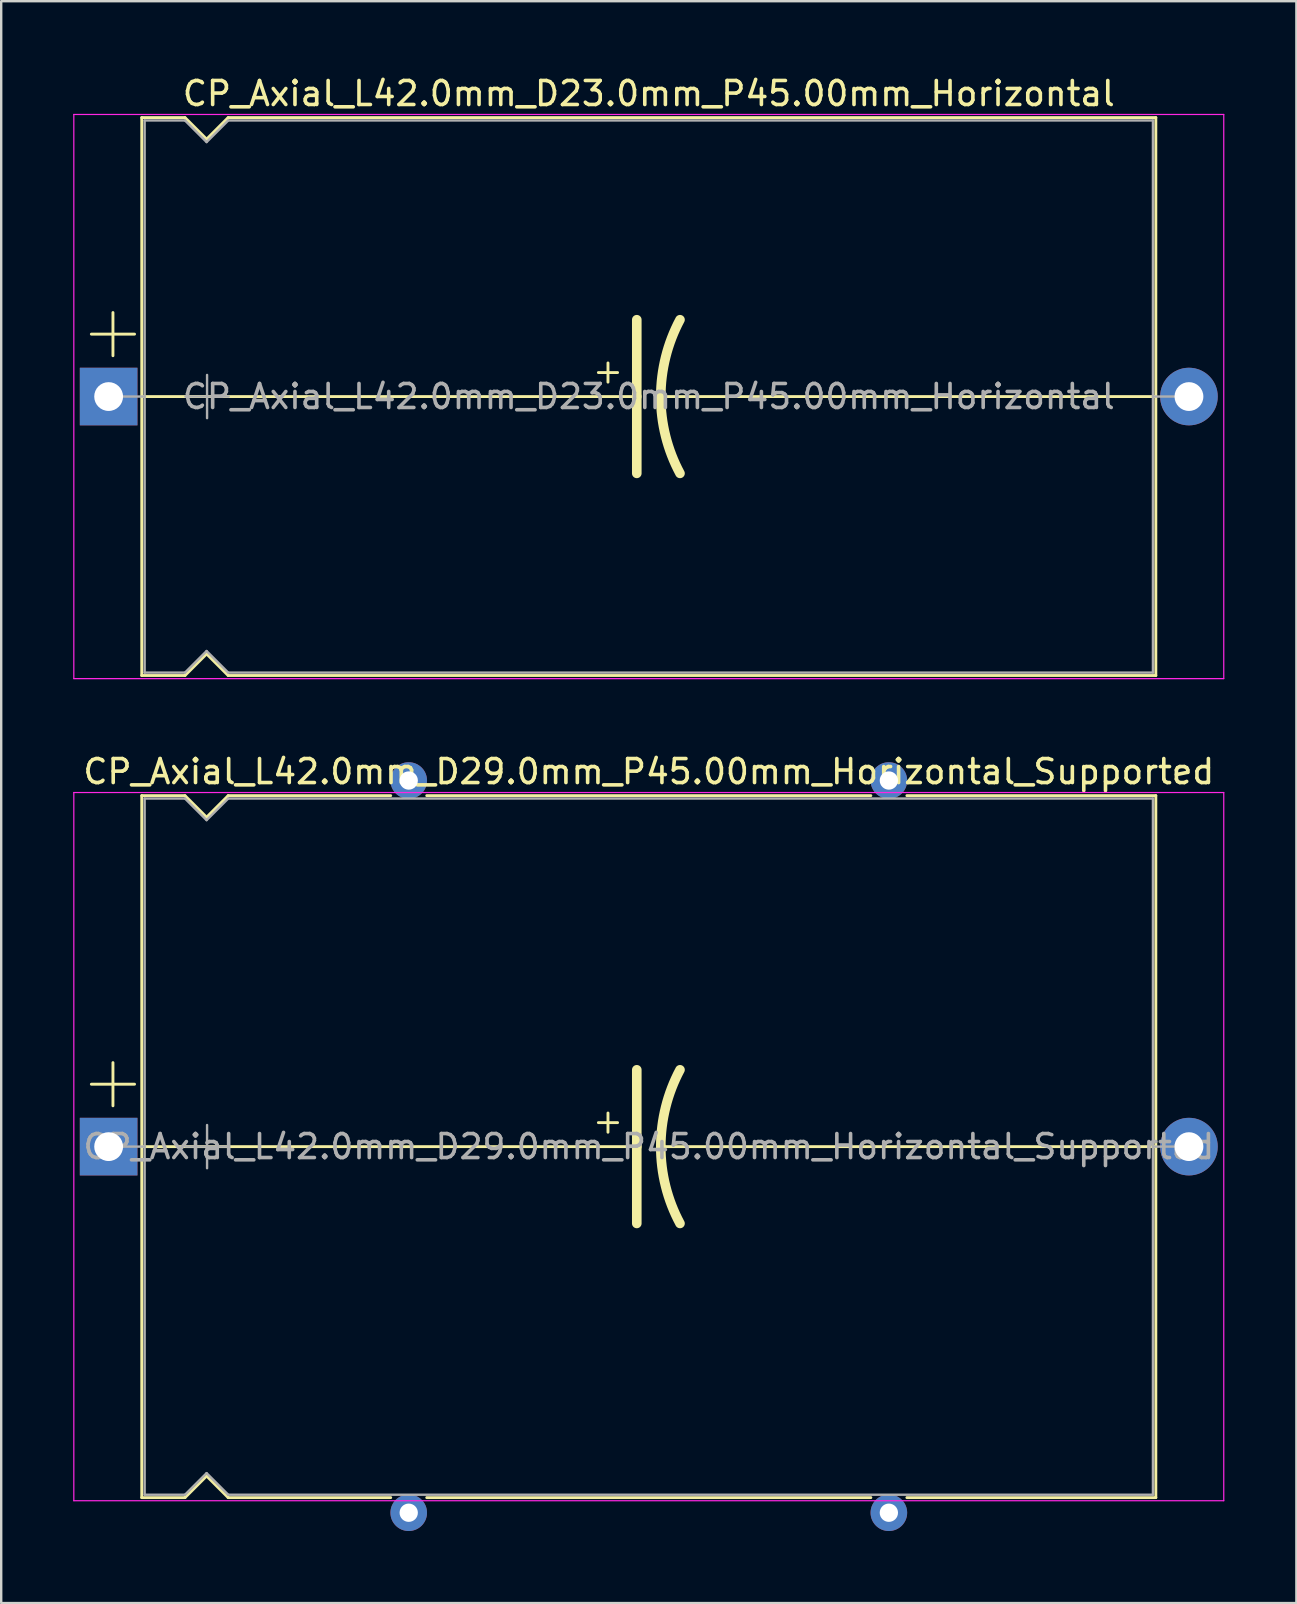
<source format=kicad_pcb>
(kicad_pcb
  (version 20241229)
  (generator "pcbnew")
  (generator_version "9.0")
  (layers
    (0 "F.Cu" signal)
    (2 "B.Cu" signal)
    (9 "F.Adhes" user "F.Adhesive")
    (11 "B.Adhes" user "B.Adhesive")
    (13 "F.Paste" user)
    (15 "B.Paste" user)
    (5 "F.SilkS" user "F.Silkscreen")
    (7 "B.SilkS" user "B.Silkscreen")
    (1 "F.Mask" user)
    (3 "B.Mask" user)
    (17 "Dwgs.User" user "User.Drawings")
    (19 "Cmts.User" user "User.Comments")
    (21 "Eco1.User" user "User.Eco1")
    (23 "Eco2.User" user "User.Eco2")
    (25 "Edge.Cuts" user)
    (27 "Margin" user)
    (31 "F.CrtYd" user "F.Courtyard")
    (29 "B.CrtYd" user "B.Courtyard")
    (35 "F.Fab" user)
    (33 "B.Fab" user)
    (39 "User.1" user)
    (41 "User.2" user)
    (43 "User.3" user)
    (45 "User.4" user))
  (footprint "CP_Axial_L42.0mm_D23.0mm_P45.00mm_Horizontal"
    (layer "F.Cu")
    (at 1.475 13.468)
    (property "Reference" "CP_Axial_L42.0mm_D23.0mm_P45.00mm_Horizontal" (at 22.5 -12.62 0) (layer "F.SilkS") (effects (font (size 1 1) (thickness 0.15))))
    (attr through_hole)
    (fp_line (start -0.72 -2.6) (end 1.08 -2.6) (stroke (width 0.12) (type solid)) (layer "F.SilkS"))
    (fp_line (start 0.18 -3.5) (end 0.18 -1.7) (stroke (width 0.12) (type solid)) (layer "F.SilkS"))
    (fp_line (start 1.38 -11.62) (end 1.38 11.62) (stroke (width 0.12) (type solid)) (layer "F.SilkS"))
    (fp_line (start 1.38 -11.62) (end 3.18 -11.62) (stroke (width 0.12) (type solid)) (layer "F.SilkS"))
    (fp_line (start 1.38 0) (end 22 0) (stroke (width 0.12) (type solid)) (layer "F.SilkS"))
    (fp_line (start 1.38 11.62) (end 3.18 11.62) (stroke (width 0.12) (type solid)) (layer "F.SilkS"))
    (fp_line (start 3.18 -11.62) (end 4.08 -10.72) (stroke (width 0.12) (type solid)) (layer "F.SilkS"))
    (fp_line (start 3.18 11.62) (end 4.08 10.72) (stroke (width 0.12) (type solid)) (layer "F.SilkS"))
    (fp_line (start 4.08 -10.72) (end 4.98 -11.62) (stroke (width 0.12) (type solid)) (layer "F.SilkS"))
    (fp_line (start 4.08 10.72) (end 4.98 11.62) (stroke (width 0.12) (type solid)) (layer "F.SilkS"))
    (fp_line (start 4.98 -11.62) (end 43.62 -11.62) (stroke (width 0.12) (type solid)) (layer "F.SilkS"))
    (fp_line (start 4.98 11.62) (end 43.62 11.62) (stroke (width 0.12) (type solid)) (layer "F.SilkS"))
    (fp_line (start 20.4 -1) (end 21.2 -1) (stroke (width 0.12) (type solid)) (layer "F.SilkS"))
    (fp_line (start 20.8 -1.4) (end 20.8 -0.6) (stroke (width 0.12) (type solid)) (layer "F.SilkS"))
    (fp_line (start 22 0) (end 22 -3.2) (stroke (width 0.4) (type solid)) (layer "F.SilkS"))
    (fp_line (start 22 0) (end 22 3.2) (stroke (width 0.4) (type solid)) (layer "F.SilkS"))
    (fp_line (start 43.62 -11.62) (end 43.62 11.62) (stroke (width 0.12) (type solid)) (layer "F.SilkS"))
    (fp_line (start 43.62 0) (end 23 0) (stroke (width 0.12) (type solid)) (layer "F.SilkS"))
    (fp_arc (start 23 0) (mid 23.203545 -1.649114) (end 23.8 -3.2) (stroke (width 0.4) (type solid)) (layer "F.SilkS"))
    (fp_arc (start 23.8 3.2) (mid 23.200709 1.649823) (end 23 0) (stroke (width 0.4) (type solid)) (layer "F.SilkS"))
    (fp_line (start -1.45 -11.75) (end -1.45 11.75) (stroke (width 0.05) (type solid)) (layer "F.CrtYd"))
    (fp_line (start -1.45 11.75) (end 46.45 11.75) (stroke (width 0.05) (type solid)) (layer "F.CrtYd"))
    (fp_line (start 46.45 -11.75) (end -1.45 -11.75) (stroke (width 0.05) (type solid)) (layer "F.CrtYd"))
    (fp_line (start 46.45 11.75) (end 46.45 -11.75) (stroke (width 0.05) (type solid)) (layer "F.CrtYd"))
    (fp_line (start 0 0) (end 1.5 0) (stroke (width 0.1) (type solid)) (layer "F.Fab"))
    (fp_line (start 1.5 -11.5) (end 1.5 11.5) (stroke (width 0.1) (type solid)) (layer "F.Fab"))
    (fp_line (start 1.5 -11.5) (end 3.18 -11.5) (stroke (width 0.1) (type solid)) (layer "F.Fab"))
    (fp_line (start 1.5 11.5) (end 3.18 11.5) (stroke (width 0.1) (type solid)) (layer "F.Fab"))
    (fp_line (start 3.18 -11.5) (end 4.08 -10.6) (stroke (width 0.1) (type solid)) (layer "F.Fab"))
    (fp_line (start 3.18 11.5) (end 4.08 10.6) (stroke (width 0.1) (type solid)) (layer "F.Fab"))
    (fp_line (start 3.2 0) (end 5 0) (stroke (width 0.1) (type solid)) (layer "F.Fab"))
    (fp_line (start 4.08 -10.6) (end 4.98 -11.5) (stroke (width 0.1) (type solid)) (layer "F.Fab"))
    (fp_line (start 4.08 10.6) (end 4.98 11.5) (stroke (width 0.1) (type solid)) (layer "F.Fab"))
    (fp_line (start 4.1 -0.9) (end 4.1 0.9) (stroke (width 0.1) (type solid)) (layer "F.Fab"))
    (fp_line (start 4.98 -11.5) (end 43.5 -11.5) (stroke (width 0.1) (type solid)) (layer "F.Fab"))
    (fp_line (start 4.98 11.5) (end 43.5 11.5) (stroke (width 0.1) (type solid)) (layer "F.Fab"))
    (fp_line (start 43.5 -11.5) (end 43.5 11.5) (stroke (width 0.1) (type solid)) (layer "F.Fab"))
    (fp_line (start 45 0) (end 43.5 0) (stroke (width 0.1) (type solid)) (layer "F.Fab"))
    (fp_text user "${REFERENCE}" (at 22.5 0 0) (layer "F.Fab") (effects (font (size 1 1) (thickness 0.15))))
    (pad "1" thru_hole rect (at 0 0) (size 2.4 2.4) (drill 1.2) (layers "*.Cu" "*.Mask"))
    (pad "2" thru_hole oval (at 45 0) (size 2.4 2.4) (drill 1.2) (layers "*.Cu" "*.Mask")))
  (footprint "CP_Axial_L42.0mm_D29.0mm_P45.00mm_Horizontal_Supported"
    (layer "F.Cu")
    (at 1.475 44.712)
    (property "Reference" "CP_Axial_L42.0mm_D29.0mm_P45.00mm_Horizontal_Supported" (at 22.5 -15.62 0) (layer "F.SilkS") (effects (font (size 1 1) (thickness 0.15))))
    (attr through_hole)
    (fp_line (start -0.72 -2.6) (end 1.08 -2.6) (stroke (width 0.12) (type solid)) (layer "F.SilkS"))
    (fp_line (start 0.18 -3.5) (end 0.18 -1.7) (stroke (width 0.12) (type solid)) (layer "F.SilkS"))
    (fp_line (start 1.38 -14.62) (end 1.38 14.62) (stroke (width 0.12) (type solid)) (layer "F.SilkS"))
    (fp_line (start 1.38 -14.62) (end 3.18 -14.62) (stroke (width 0.12) (type solid)) (layer "F.SilkS"))
    (fp_line (start 1.38 0) (end 22 0) (stroke (width 0.12) (type solid)) (layer "F.SilkS"))
    (fp_line (start 1.38 14.62) (end 3.18 14.62) (stroke (width 0.12) (type solid)) (layer "F.SilkS"))
    (fp_line (start 3.18 -14.62) (end 4.08 -13.72) (stroke (width 0.12) (type solid)) (layer "F.SilkS"))
    (fp_line (start 3.18 14.62) (end 4.08 13.72) (stroke (width 0.12) (type solid)) (layer "F.SilkS"))
    (fp_line (start 4.08 -13.72) (end 4.98 -14.62) (stroke (width 0.12) (type solid)) (layer "F.SilkS"))
    (fp_line (start 4.08 13.72) (end 4.98 14.62) (stroke (width 0.12) (type solid)) (layer "F.SilkS"))
    (fp_line (start 4.98 -14.62) (end 11.75 -14.62) (stroke (width 0.12) (type solid)) (layer "F.SilkS"))
    (fp_line (start 4.98 14.62) (end 11.75 14.62) (stroke (width 0.12) (type solid)) (layer "F.SilkS"))
    (fp_line (start 13.25 -14.62) (end 31.75 -14.62) (stroke (width 0.12) (type solid)) (layer "F.SilkS"))
    (fp_line (start 13.25 14.62) (end 31.75 14.62) (stroke (width 0.12) (type solid)) (layer "F.SilkS"))
    (fp_line (start 20.4 -1) (end 21.2 -1) (stroke (width 0.12) (type solid)) (layer "F.SilkS"))
    (fp_line (start 20.8 -1.4) (end 20.8 -0.6) (stroke (width 0.12) (type solid)) (layer "F.SilkS"))
    (fp_line (start 22 0) (end 22 -3.2) (stroke (width 0.4) (type solid)) (layer "F.SilkS"))
    (fp_line (start 22 0) (end 22 3.2) (stroke (width 0.4) (type solid)) (layer "F.SilkS"))
    (fp_line (start 33.25 -14.62) (end 43.62 -14.62) (stroke (width 0.12) (type solid)) (layer "F.SilkS"))
    (fp_line (start 33.25 14.62) (end 43.62 14.62) (stroke (width 0.12) (type solid)) (layer "F.SilkS"))
    (fp_line (start 43.62 -14.62) (end 43.62 14.62) (stroke (width 0.12) (type solid)) (layer "F.SilkS"))
    (fp_line (start 43.62 0) (end 23 0) (stroke (width 0.12) (type solid)) (layer "F.SilkS"))
    (fp_arc (start 23 0) (mid 23.203545 -1.649114) (end 23.8 -3.2) (stroke (width 0.4) (type solid)) (layer "F.SilkS"))
    (fp_arc (start 23.8 3.2) (mid 23.200709 1.649823) (end 23 0) (stroke (width 0.4) (type solid)) (layer "F.SilkS"))
    (fp_line (start -1.45 -14.75) (end -1.45 14.75) (stroke (width 0.05) (type solid)) (layer "F.CrtYd"))
    (fp_line (start -1.45 14.75) (end 46.45 14.75) (stroke (width 0.05) (type solid)) (layer "F.CrtYd"))
    (fp_line (start 46.45 -14.75) (end -1.45 -14.75) (stroke (width 0.05) (type solid)) (layer "F.CrtYd"))
    (fp_line (start 46.45 14.75) (end 46.45 -14.75) (stroke (width 0.05) (type solid)) (layer "F.CrtYd"))
    (fp_line (start 0 0) (end 1.5 0) (stroke (width 0.1) (type solid)) (layer "F.Fab"))
    (fp_line (start 1.5 -14.5) (end 1.5 14.5) (stroke (width 0.1) (type solid)) (layer "F.Fab"))
    (fp_line (start 1.5 -14.5) (end 3.18 -14.5) (stroke (width 0.1) (type solid)) (layer "F.Fab"))
    (fp_line (start 1.5 14.5) (end 3.18 14.5) (stroke (width 0.1) (type solid)) (layer "F.Fab"))
    (fp_line (start 3.18 -14.5) (end 4.08 -13.6) (stroke (width 0.1) (type solid)) (layer "F.Fab"))
    (fp_line (start 3.18 14.5) (end 4.08 13.6) (stroke (width 0.1) (type solid)) (layer "F.Fab"))
    (fp_line (start 3.2 0) (end 5 0) (stroke (width 0.1) (type solid)) (layer "F.Fab"))
    (fp_line (start 4.08 -13.6) (end 4.98 -14.5) (stroke (width 0.1) (type solid)) (layer "F.Fab"))
    (fp_line (start 4.08 13.6) (end 4.98 14.5) (stroke (width 0.1) (type solid)) (layer "F.Fab"))
    (fp_line (start 4.1 -0.9) (end 4.1 0.9) (stroke (width 0.1) (type solid)) (layer "F.Fab"))
    (fp_line (start 4.98 -14.5) (end 43.5 -14.5) (stroke (width 0.1) (type solid)) (layer "F.Fab"))
    (fp_line (start 4.98 14.5) (end 43.5 14.5) (stroke (width 0.1) (type solid)) (layer "F.Fab"))
    (fp_line (start 43.5 -14.5) (end 43.5 14.5) (stroke (width 0.1) (type solid)) (layer "F.Fab"))
    (fp_line (start 45 0) (end 43.5 0) (stroke (width 0.1) (type solid)) (layer "F.Fab"))
    (fp_text user "${REFERENCE}" (at 22.5 0 0) (layer "F.Fab") (effects (font (size 1 1) (thickness 0.15))))
    (pad "" thru_hole circle (at 12.5 -15.25) (size 1.524 1.524) (drill 0.762) (layers "*.Cu" "*.Mask"))
    (pad "" thru_hole circle (at 12.5 15.25) (size 1.524 1.524) (drill 0.762) (layers "*.Cu" "*.Mask"))
    (pad "" thru_hole circle (at 32.5 -15.25) (size 1.524 1.524) (drill 0.762) (layers "*.Cu" "*.Mask"))
    (pad "" thru_hole circle (at 32.5 15.25) (size 1.524 1.524) (drill 0.762) (layers "*.Cu" "*.Mask"))
    (pad "1" thru_hole rect (at 0 0) (size 2.4 2.4) (drill 1.2) (layers "*.Cu" "*.Mask"))
    (pad "2" thru_hole oval (at 45 0) (size 2.4 2.4) (drill 1.2) (layers "*.Cu" "*.Mask")))
  (gr_rect
    (start -3 -3)
    (end 50.95 63.724)
    (stroke (width 0.1) (type default))
    (fill no)
    (layer "Edge.Cuts")))
</source>
